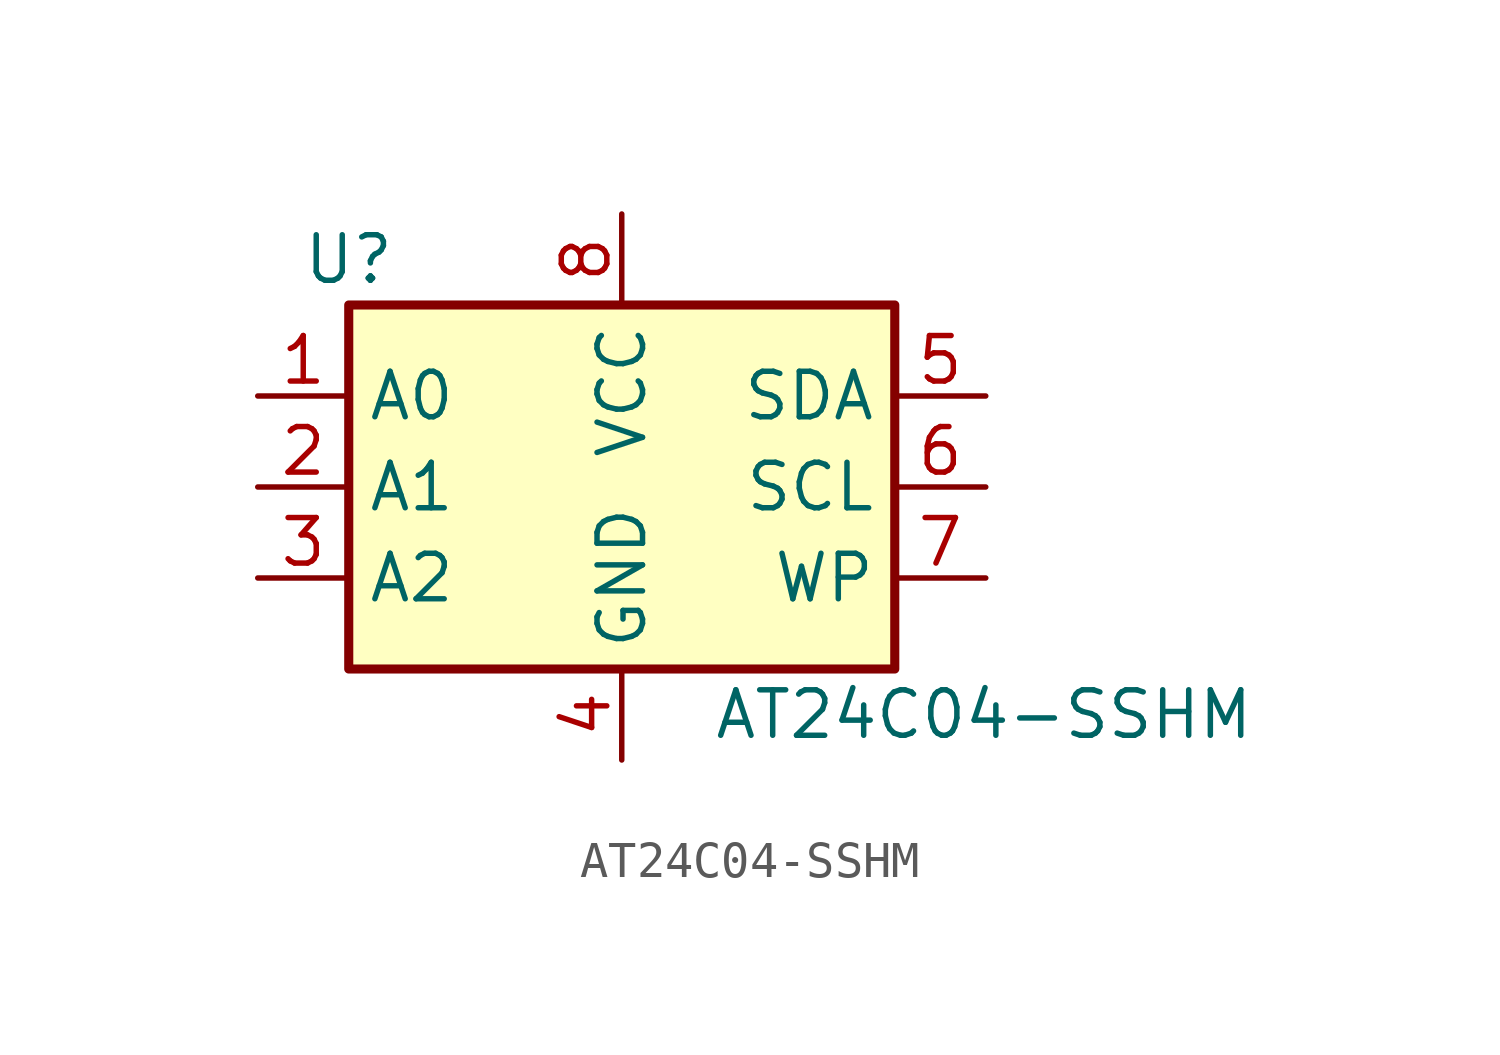
<source format=kicad_sym>
(kicad_symbol_lib
  (version 20231120)
  (generator "kicad_symbol_editor")
  (generator_version "8.0")
  (symbol "AT24C04-SSHM"
    (property "Reference" "U"
      (at -7.62 6.35 0)
      (effects (font (size 1.27 1.27))))
    (property "Value" "AT24C04-SSHM"
      (at 2.54 -6.35 0)
      (effects (font (size 1.27 1.27)) (justify left)))
    (symbol "AT24C04-SSHM_1_1"
      (rectangle (start -7.62 5.08) (end 7.62 -5.08) (stroke (width 0.254) (type default)) (fill (type background)))
      (pin input line (at -10.16 2.54 0) (length 2.54) (name "A0" (effects (font (size 1.27 1.27)))) (number "1" (effects (font (size 1.27 1.27)))))
      (pin input line (at -10.16 0 0) (length 2.54) (name "A1" (effects (font (size 1.27 1.27)))) (number "2" (effects (font (size 1.27 1.27)))))
      (pin input line (at -10.16 -2.54 0) (length 2.54) (name "A2" (effects (font (size 1.27 1.27)))) (number "3" (effects (font (size 1.27 1.27)))))
      (pin power_in line (at 0 -7.62 90) (length 2.54) (name "GND" (effects (font (size 1.27 1.27)))) (number "4" (effects (font (size 1.27 1.27)))))
      (pin bidirectional line (at 10.16 2.54 180) (length 2.54) (name "SDA" (effects (font (size 1.27 1.27)))) (number "5" (effects (font (size 1.27 1.27)))))
      (pin input line (at 10.16 0 180) (length 2.54) (name "SCL" (effects (font (size 1.27 1.27)))) (number "6" (effects (font (size 1.27 1.27)))))
      (pin input line (at 10.16 -2.54 180) (length 2.54) (name "WP" (effects (font (size 1.27 1.27)))) (number "7" (effects (font (size 1.27 1.27)))))
      (pin power_in line (at 0 7.62 270) (length 2.54) (name "VCC" (effects (font (size 1.27 1.27)))) (number "8" (effects (font (size 1.27 1.27))))))))
</source>
